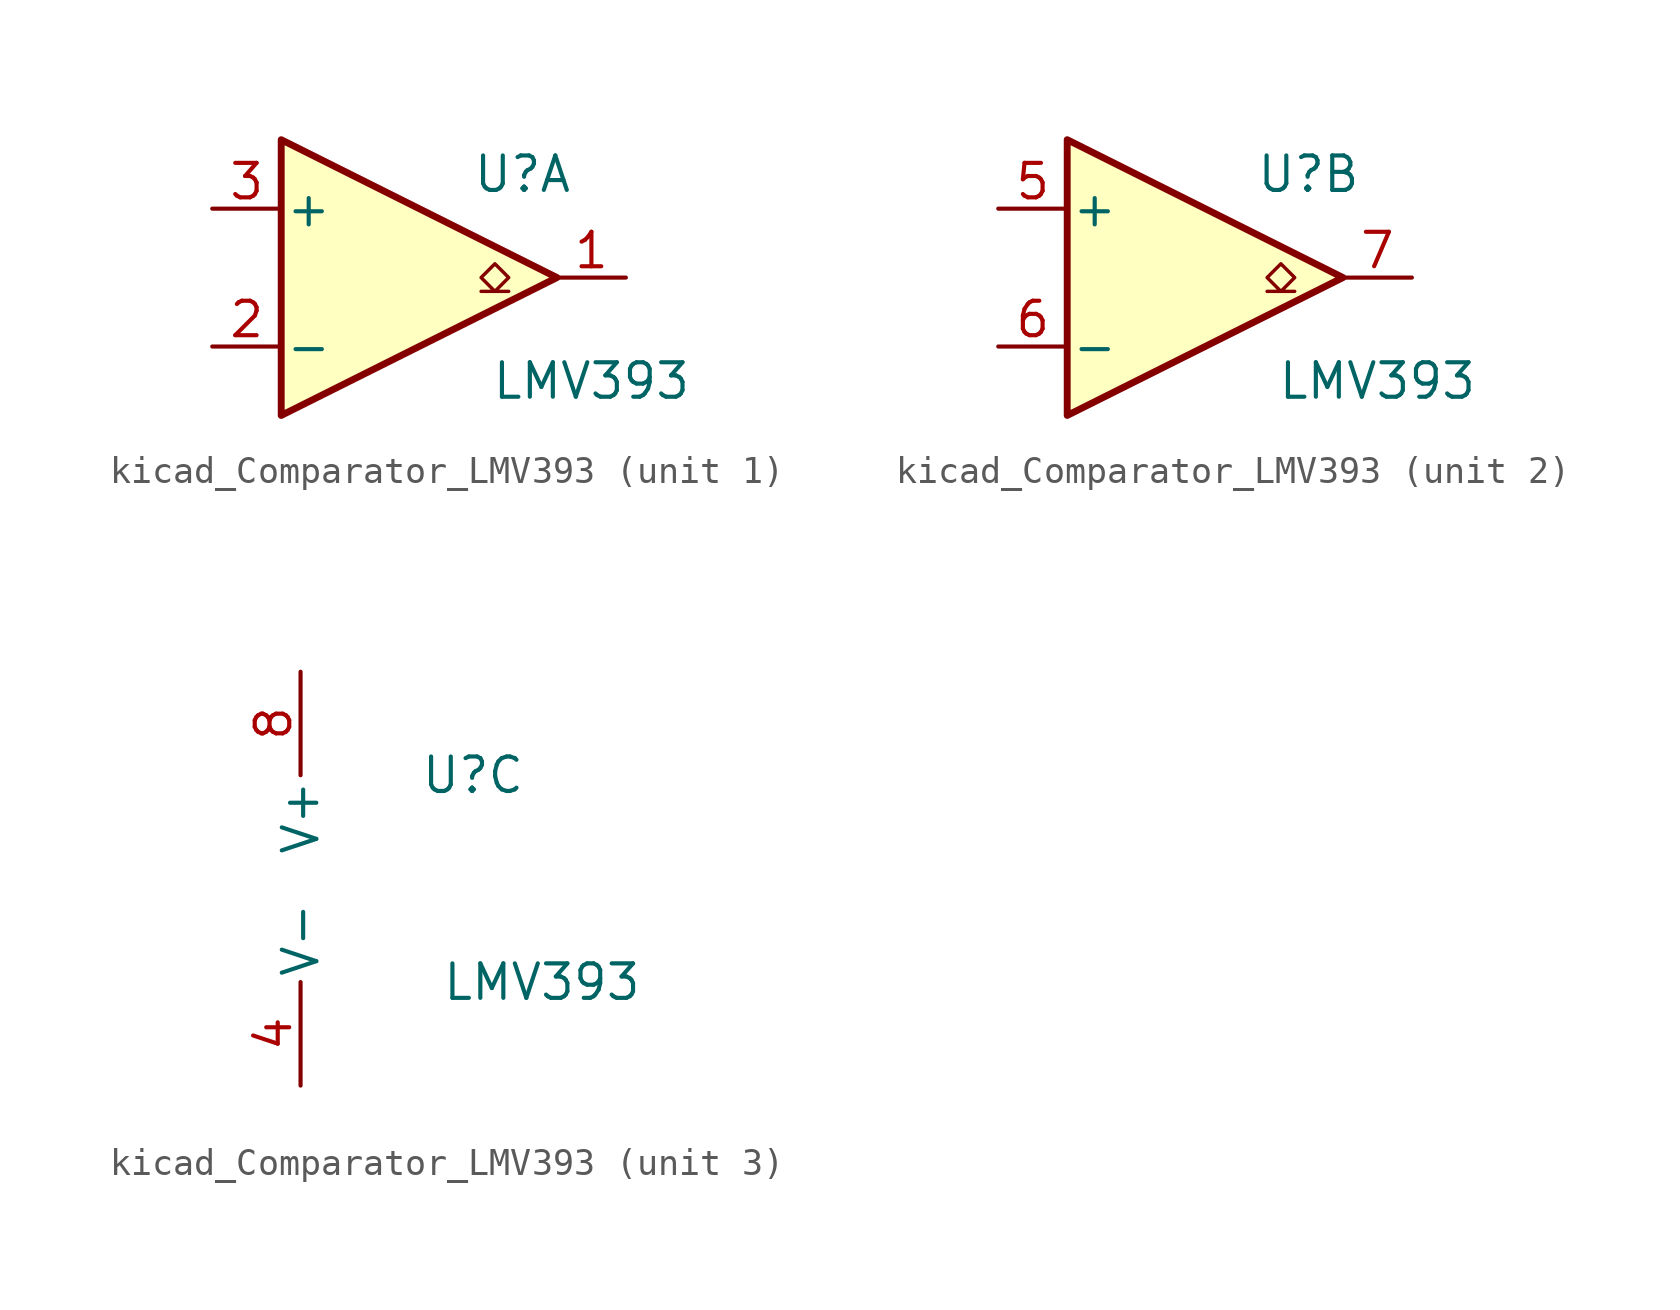
<source format=kicad_sym>
(kicad_symbol_lib
  (version 20220914)
  (generator kicad_symbol_editor)
  (symbol "kicad_Comparator_LMV393"
    (pin_names
      (offset 0.127))
    (property "Reference" "U"
      (at 3.81 3.81 0)
      (effects (font (size 1.27 1.27))))
    (property "Value" "LMV393"
      (at 6.35 -3.81 0)
      (effects (font (size 1.27 1.27))))
    (property "ki_locked" ""
      (at 0 0 0)
      (effects (font (size 1.27 1.27))))
    (symbol "kicad_Comparator_LMV393_1_1"
      (polyline (pts (xy -5.08 5.08) (xy 5.08 0) (xy -5.08 -5.08) (xy -5.08 5.08)) (stroke (width 0.254) (type default)) (fill (type background)))
      (polyline (pts (xy 3.302 -0.508) (xy 2.794 -0.508) (xy 3.302 0) (xy 2.794 0.508) (xy 2.286 0) (xy 2.794 -0.508) (xy 2.286 -0.508)) (stroke (width 0.127) (type default)) (fill (type none)))
      (pin open_collector line (at 7.62 0 180) (length 2.54) (name "~" (effects (font (size 1.27 1.27)))) (number "1" (effects (font (size 1.27 1.27)))))
      (pin input line (at -7.62 -2.54 0) (length 2.54) (name "-" (effects (font (size 1.27 1.27)))) (number "2" (effects (font (size 1.27 1.27)))))
      (pin input line (at -7.62 2.54 0) (length 2.54) (name "+" (effects (font (size 1.27 1.27)))) (number "3" (effects (font (size 1.27 1.27))))))
    (symbol "kicad_Comparator_LMV393_2_1"
      (polyline (pts (xy -5.08 5.08) (xy 5.08 0) (xy -5.08 -5.08) (xy -5.08 5.08)) (stroke (width 0.254) (type default)) (fill (type background)))
      (polyline (pts (xy 3.302 -0.508) (xy 2.794 -0.508) (xy 3.302 0) (xy 2.794 0.508) (xy 2.286 0) (xy 2.794 -0.508) (xy 2.286 -0.508)) (stroke (width 0.127) (type default)) (fill (type none)))
      (pin input line (at -7.62 2.54 0) (length 2.54) (name "+" (effects (font (size 1.27 1.27)))) (number "5" (effects (font (size 1.27 1.27)))))
      (pin input line (at -7.62 -2.54 0) (length 2.54) (name "-" (effects (font (size 1.27 1.27)))) (number "6" (effects (font (size 1.27 1.27)))))
      (pin open_collector line (at 7.62 0 180) (length 2.54) (name "~" (effects (font (size 1.27 1.27)))) (number "7" (effects (font (size 1.27 1.27))))))
    (symbol "kicad_Comparator_LMV393_3_1"
      (pin power_in line (at -2.54 -7.62 90) (length 3.81) (name "V-" (effects (font (size 1.27 1.27)))) (number "4" (effects (font (size 1.27 1.27)))))
      (pin power_in line (at -2.54 7.62 270) (length 3.81) (name "V+" (effects (font (size 1.27 1.27)))) (number "8" (effects (font (size 1.27 1.27))))))))
</source>
